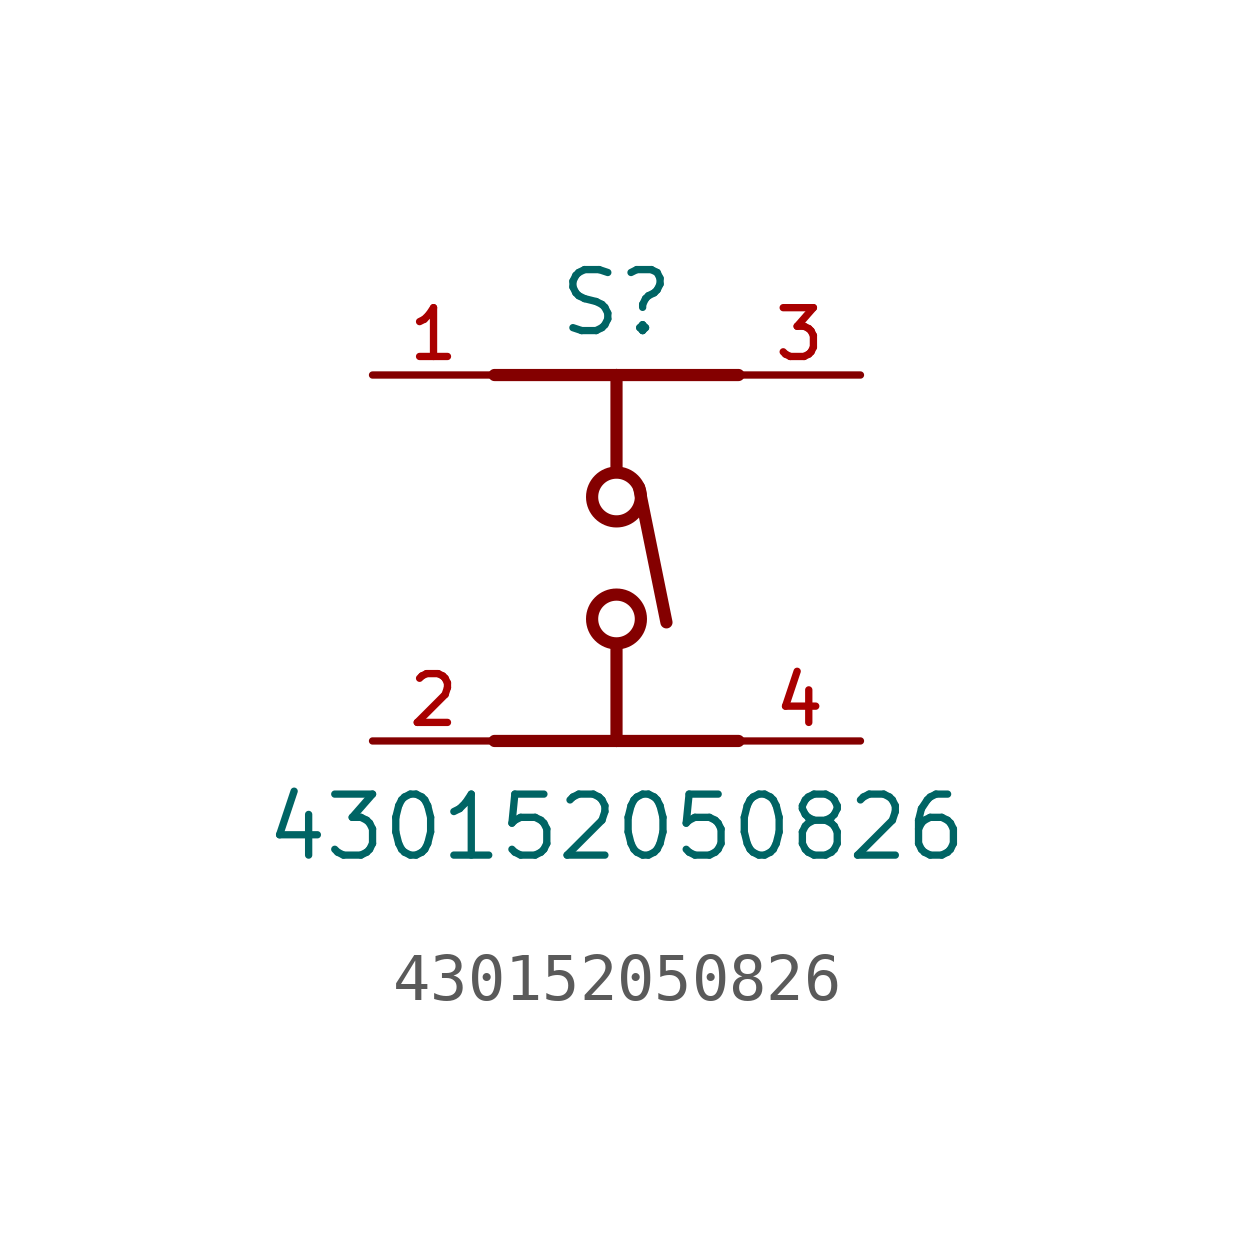
<source format=kicad_sym>
(kicad_symbol_lib
  (version 20211014)
  (generator kicad_symbol_editor)
  (symbol "430152050826"
    (pin_names
      (offset 1.016))
    (property "Reference" "S"
      (at 0.0 5.842 0)
      (effects (font (size 1.27 1.27)) (justify bottom)))
    (property "Value" "430152050826"
      (at 0.0 -5.08 0)
      (effects (font (size 1.27 1.27)) (justify bottom)))
    (symbol "430152050826_0_0"
      (polyline (pts (xy 2.54 -2.54) (xy 0.0 -2.54)) (stroke (width 0.254)))
      (polyline (pts (xy 0.0 -2.54) (xy -2.54 -2.54)) (stroke (width 0.254)))
      (polyline (pts (xy 2.54 5.08) (xy 0.0 5.08)) (stroke (width 0.254)))
      (polyline (pts (xy 0.0 5.08) (xy -2.54 5.08)) (stroke (width 0.254)))
      (polyline (pts (xy 0.0 -2.54) (xy 0.0 -0.635)) (stroke (width 0.254)))
      (polyline (pts (xy 0.0 3.175) (xy 0.0 5.08)) (stroke (width 0.254)))
      (polyline (pts (xy 0.47 2.74) (xy 1.04 -0.07)) (stroke (width 0.254)))
      (circle (center 0.0 2.54) (radius 0.508) (stroke (width 0.254)) (fill (type none)))
      (circle (center 0.0 0.0) (radius 0.508) (stroke (width 0.254)) (fill (type none)))
      (pin passive line (at 5.08 -2.54 180.0) (length 2.54) (name "~" (effects (font (size 1.016 1.016)))) (number "4" (effects (font (size 1.016 1.016)))))
      (pin passive line (at 5.08 5.08 180.0) (length 2.54) (name "~" (effects (font (size 1.016 1.016)))) (number "3" (effects (font (size 1.016 1.016)))))
      (pin passive line (at -5.08 -2.54 0) (length 2.54) (name "~" (effects (font (size 1.016 1.016)))) (number "2" (effects (font (size 1.016 1.016)))))
      (pin passive line (at -5.08 5.08 0) (length 2.54) (name "~" (effects (font (size 1.016 1.016)))) (number "1" (effects (font (size 1.016 1.016))))))))
</source>
